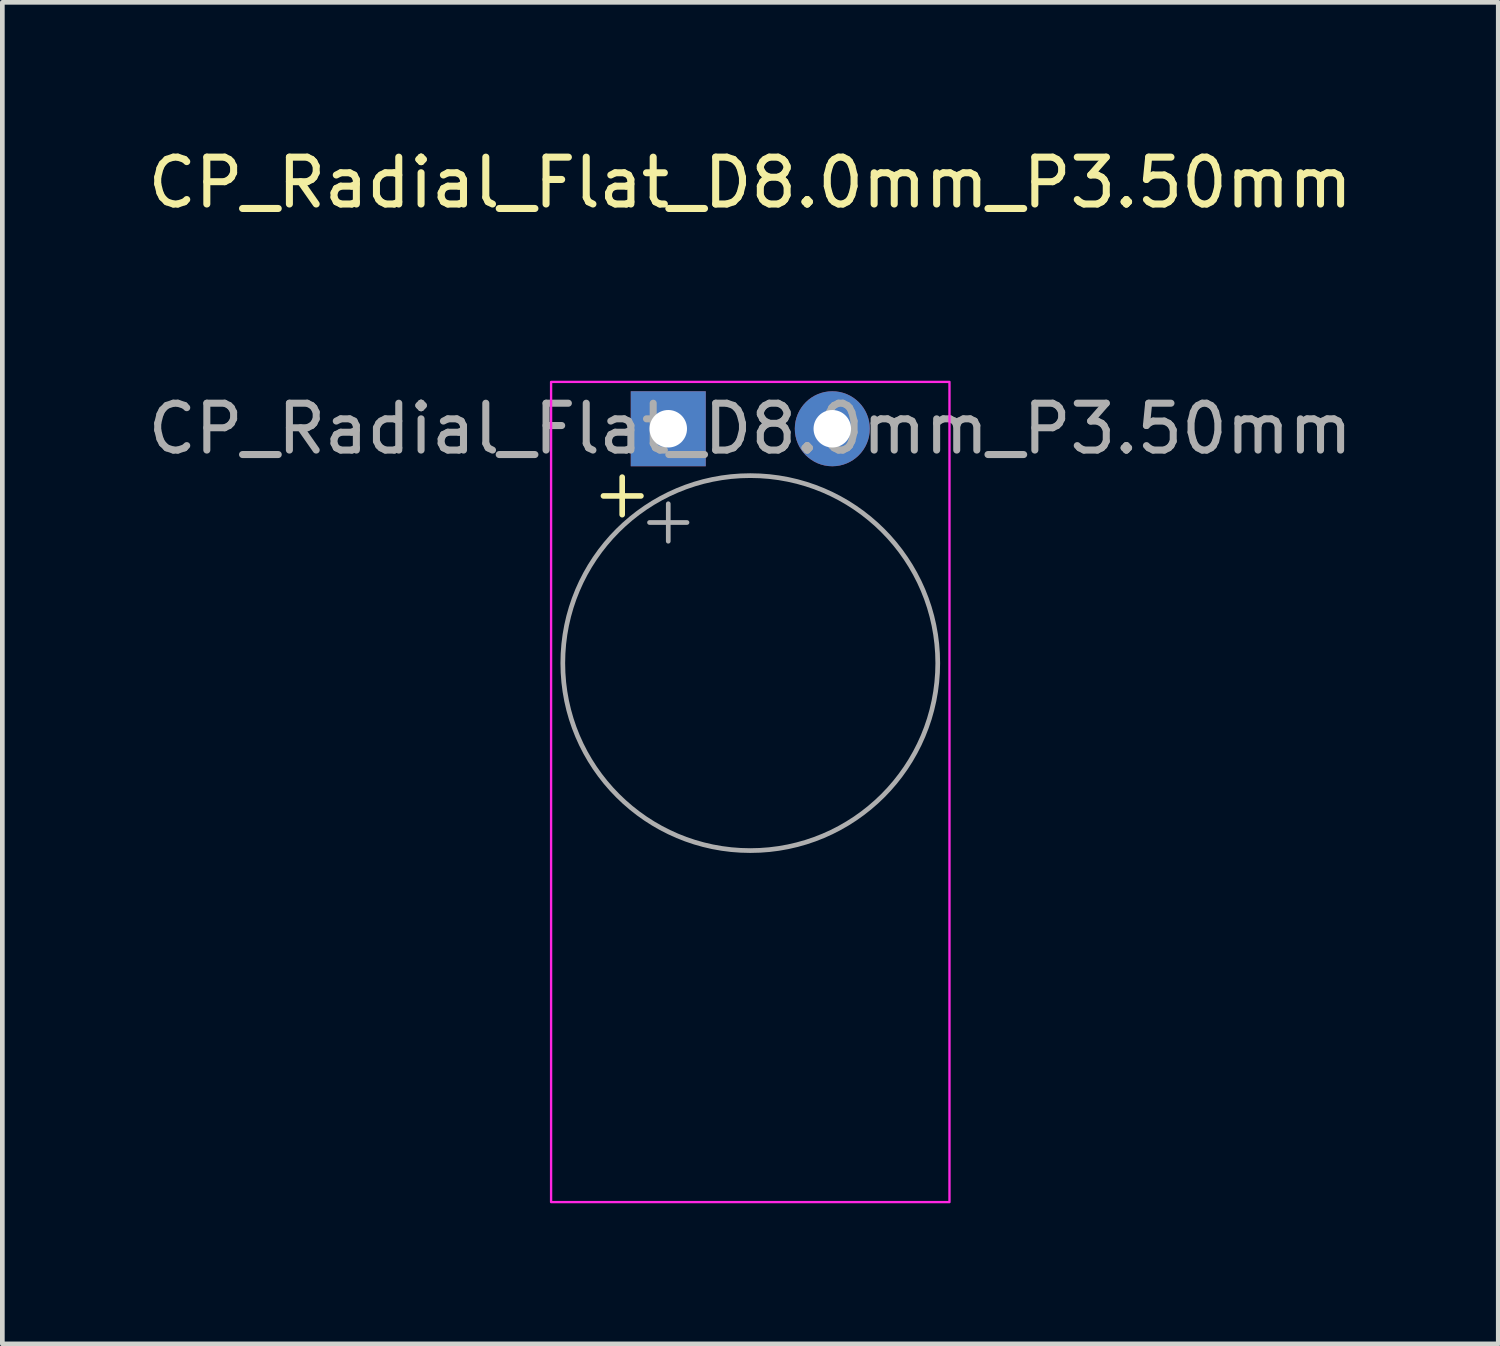
<source format=kicad_pcb>
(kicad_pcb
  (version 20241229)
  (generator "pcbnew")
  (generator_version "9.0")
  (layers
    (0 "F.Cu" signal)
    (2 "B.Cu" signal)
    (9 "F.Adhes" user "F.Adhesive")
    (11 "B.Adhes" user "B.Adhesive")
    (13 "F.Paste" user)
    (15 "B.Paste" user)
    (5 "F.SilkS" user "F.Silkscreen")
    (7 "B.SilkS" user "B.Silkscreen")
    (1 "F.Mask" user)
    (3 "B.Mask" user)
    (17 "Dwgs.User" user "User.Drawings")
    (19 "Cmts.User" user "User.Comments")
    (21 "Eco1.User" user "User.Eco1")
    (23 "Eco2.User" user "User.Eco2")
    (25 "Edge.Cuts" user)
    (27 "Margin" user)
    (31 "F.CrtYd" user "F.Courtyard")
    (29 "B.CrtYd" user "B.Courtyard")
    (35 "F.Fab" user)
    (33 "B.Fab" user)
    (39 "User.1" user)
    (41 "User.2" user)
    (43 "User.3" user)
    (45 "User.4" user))
  (footprint "CP_Radial_Flat_D8.0mm_P3.50mm"
    (layer "F.Cu")
    (at 11.208 6.098)
    (property "Reference" "CP_Radial_Flat_D8.0mm_P3.50mm" (at 1.75 -5.25 0) (layer "F.SilkS") (effects (font (size 1 1) (thickness 0.15))))
    (attr through_hole)
    (fp_line (start -1.383 1.433) (end -0.583 1.433) (stroke (width 0.12) (type solid)) (layer "F.SilkS"))
    (fp_line (start -0.983 1.032) (end -0.983 1.833) (stroke (width 0.12) (type solid)) (layer "F.SilkS"))
    (fp_rect (start -2.5 -1) (end 6 16.5) (stroke (width 0.05) (type default)) (fill no) (layer "F.CrtYd"))
    (fp_line (start -0.4 2) (end 0.4 2) (stroke (width 0.1) (type solid)) (layer "F.Fab"))
    (fp_line (start 0 1.6) (end 0 2.4) (stroke (width 0.1) (type solid)) (layer "F.Fab"))
    (fp_circle (center 1.75 5) (end 5.75 5) (stroke (width 0.1) (type solid)) (fill no) (layer "F.Fab"))
    (fp_text user "${REFERENCE}" (at 1.75 0 0) (layer "F.Fab") (effects (font (size 1 1) (thickness 0.15))))
    (pad "1" thru_hole rect (at 0 0) (size 1.6 1.6) (drill 0.8) (layers "*.Cu" "*.Mask"))
    (pad "2" thru_hole circle (at 3.5 0) (size 1.6 1.6) (drill 0.8) (layers "*.Cu" "*.Mask")))
  (gr_rect
    (start -3 -3)
    (end 28.917 25.623)
    (stroke (width 0.1) (type default))
    (fill no)
    (layer "Edge.Cuts")))
</source>
